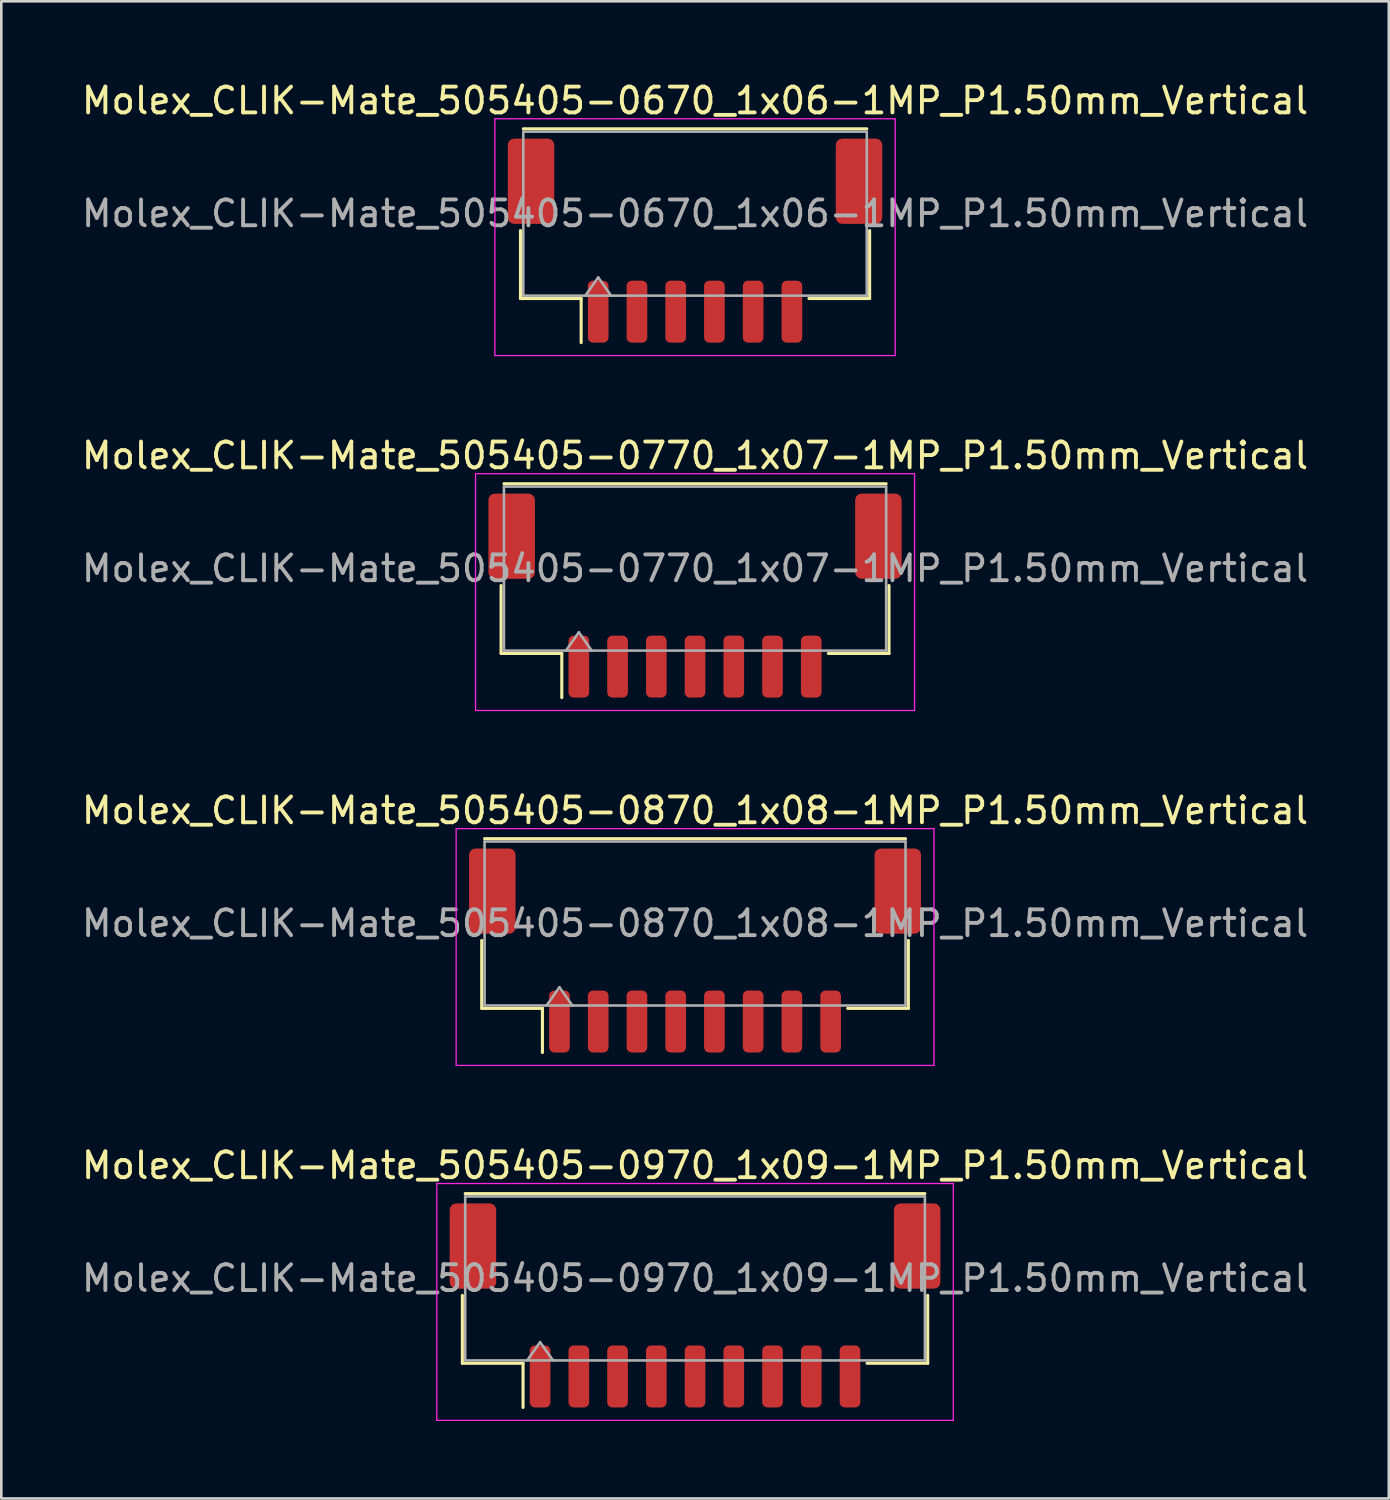
<source format=kicad_pcb>
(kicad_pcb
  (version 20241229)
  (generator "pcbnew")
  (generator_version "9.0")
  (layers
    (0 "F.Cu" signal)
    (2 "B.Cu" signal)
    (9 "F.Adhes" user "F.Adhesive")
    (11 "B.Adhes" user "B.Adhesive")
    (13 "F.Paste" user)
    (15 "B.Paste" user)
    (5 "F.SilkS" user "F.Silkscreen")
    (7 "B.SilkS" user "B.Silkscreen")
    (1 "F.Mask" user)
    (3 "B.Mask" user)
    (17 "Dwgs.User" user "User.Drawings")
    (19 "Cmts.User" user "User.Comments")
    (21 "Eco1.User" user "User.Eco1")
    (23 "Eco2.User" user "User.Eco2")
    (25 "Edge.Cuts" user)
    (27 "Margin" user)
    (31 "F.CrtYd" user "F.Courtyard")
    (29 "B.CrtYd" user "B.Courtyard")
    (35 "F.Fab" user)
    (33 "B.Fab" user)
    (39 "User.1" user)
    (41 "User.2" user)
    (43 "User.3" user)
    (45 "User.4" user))
  (footprint "Molex_CLIK-Mate_505405-0670_1x06-1MP_P1.50mm_Vertical"
    (layer "F.Cu")
    (at 23.863 6.268)
    (property "Reference" "Molex_CLIK-Mate_505405-0670_1x06-1MP_P1.50mm_Vertical" (at 0 -5.42 0) (layer "F.SilkS") (effects (font (size 1 1) (thickness 0.15))))
    (attr smd)
    (fp_line (start -6.76 -0.39) (end -6.76 2.24) (stroke (width 0.12) (type solid)) (layer "F.SilkS"))
    (fp_line (start -6.76 2.24) (end -4.41 2.24) (stroke (width 0.12) (type solid)) (layer "F.SilkS"))
    (fp_line (start -6.65 -4.33) (end 6.65 -4.33) (stroke (width 0.12) (type solid)) (layer "F.SilkS"))
    (fp_line (start -4.41 2.24) (end -4.41 3.95) (stroke (width 0.12) (type solid)) (layer "F.SilkS"))
    (fp_line (start 6.76 -0.39) (end 6.76 2.24) (stroke (width 0.12) (type solid)) (layer "F.SilkS"))
    (fp_line (start 6.76 2.24) (end 4.41 2.24) (stroke (width 0.12) (type solid)) (layer "F.SilkS"))
    (fp_line (start -7.75 -4.72) (end -7.75 4.45) (stroke (width 0.05) (type solid)) (layer "F.CrtYd"))
    (fp_line (start -7.75 4.45) (end 7.75 4.45) (stroke (width 0.05) (type solid)) (layer "F.CrtYd"))
    (fp_line (start 7.75 -4.72) (end -7.75 -4.72) (stroke (width 0.05) (type solid)) (layer "F.CrtYd"))
    (fp_line (start 7.75 4.45) (end 7.75 -4.72) (stroke (width 0.05) (type solid)) (layer "F.CrtYd"))
    (fp_line (start -6.65 -4.22) (end 6.65 -4.22) (stroke (width 0.1) (type solid)) (layer "F.Fab"))
    (fp_line (start -6.65 2.13) (end -6.65 -4.22) (stroke (width 0.1) (type solid)) (layer "F.Fab"))
    (fp_line (start -6.65 2.13) (end 6.65 2.13) (stroke (width 0.1) (type solid)) (layer "F.Fab"))
    (fp_line (start -4.25 2.13) (end -3.75 1.423) (stroke (width 0.1) (type solid)) (layer "F.Fab"))
    (fp_line (start -3.75 1.423) (end -3.25 2.13) (stroke (width 0.1) (type solid)) (layer "F.Fab"))
    (fp_line (start 6.65 2.13) (end 6.65 -4.22) (stroke (width 0.1) (type solid)) (layer "F.Fab"))
    (fp_text user "${REFERENCE}" (at 0 -1.05 0) (layer "F.Fab") (effects (font (size 1 1) (thickness 0.15))))
    (pad "1" smd roundrect (at -3.75 2.75) (size 0.8 2.4) (layers "F.Cu" "F.Mask" "F.Paste") (roundrect_rratio 0.25))
    (pad "2" smd roundrect (at -2.25 2.75) (size 0.8 2.4) (layers "F.Cu" "F.Mask" "F.Paste") (roundrect_rratio 0.25))
    (pad "3" smd roundrect (at -0.75 2.75) (size 0.8 2.4) (layers "F.Cu" "F.Mask" "F.Paste") (roundrect_rratio 0.25))
    (pad "4" smd roundrect (at 0.75 2.75) (size 0.8 2.4) (layers "F.Cu" "F.Mask" "F.Paste") (roundrect_rratio 0.25))
    (pad "5" smd roundrect (at 2.25 2.75) (size 0.8 2.4) (layers "F.Cu" "F.Mask" "F.Paste") (roundrect_rratio 0.25))
    (pad "6" smd roundrect (at 3.75 2.75) (size 0.8 2.4) (layers "F.Cu" "F.Mask" "F.Paste") (roundrect_rratio 0.25))
    (pad "MP" smd roundrect (at -6.35 -2.3) (size 1.8 3.3) (layers "F.Cu" "F.Mask" "F.Paste") (roundrect_rratio 0.139))
    (pad "MP" smd roundrect (at 6.35 -2.3) (size 1.8 3.3) (layers "F.Cu" "F.Mask" "F.Paste") (roundrect_rratio 0.139)))
  (footprint "Molex_CLIK-Mate_505405-0770_1x07-1MP_P1.50mm_Vertical"
    (layer "F.Cu")
    (at 23.863 20.012)
    (property "Reference" "Molex_CLIK-Mate_505405-0770_1x07-1MP_P1.50mm_Vertical" (at 0 -5.42 0) (layer "F.SilkS") (effects (font (size 1 1) (thickness 0.15))))
    (attr smd)
    (fp_line (start -7.51 -0.39) (end -7.51 2.24) (stroke (width 0.12) (type solid)) (layer "F.SilkS"))
    (fp_line (start -7.51 2.24) (end -5.16 2.24) (stroke (width 0.12) (type solid)) (layer "F.SilkS"))
    (fp_line (start -7.4 -4.33) (end 7.4 -4.33) (stroke (width 0.12) (type solid)) (layer "F.SilkS"))
    (fp_line (start -5.16 2.24) (end -5.16 3.95) (stroke (width 0.12) (type solid)) (layer "F.SilkS"))
    (fp_line (start 7.51 -0.39) (end 7.51 2.24) (stroke (width 0.12) (type solid)) (layer "F.SilkS"))
    (fp_line (start 7.51 2.24) (end 5.16 2.24) (stroke (width 0.12) (type solid)) (layer "F.SilkS"))
    (fp_line (start -8.5 -4.72) (end -8.5 4.45) (stroke (width 0.05) (type solid)) (layer "F.CrtYd"))
    (fp_line (start -8.5 4.45) (end 8.5 4.45) (stroke (width 0.05) (type solid)) (layer "F.CrtYd"))
    (fp_line (start 8.5 -4.72) (end -8.5 -4.72) (stroke (width 0.05) (type solid)) (layer "F.CrtYd"))
    (fp_line (start 8.5 4.45) (end 8.5 -4.72) (stroke (width 0.05) (type solid)) (layer "F.CrtYd"))
    (fp_line (start -7.4 -4.22) (end 7.4 -4.22) (stroke (width 0.1) (type solid)) (layer "F.Fab"))
    (fp_line (start -7.4 2.13) (end -7.4 -4.22) (stroke (width 0.1) (type solid)) (layer "F.Fab"))
    (fp_line (start -7.4 2.13) (end 7.4 2.13) (stroke (width 0.1) (type solid)) (layer "F.Fab"))
    (fp_line (start -5 2.13) (end -4.5 1.423) (stroke (width 0.1) (type solid)) (layer "F.Fab"))
    (fp_line (start -4.5 1.423) (end -4 2.13) (stroke (width 0.1) (type solid)) (layer "F.Fab"))
    (fp_line (start 7.4 2.13) (end 7.4 -4.22) (stroke (width 0.1) (type solid)) (layer "F.Fab"))
    (fp_text user "${REFERENCE}" (at 0 -1.05 0) (layer "F.Fab") (effects (font (size 1 1) (thickness 0.15))))
    (pad "1" smd roundrect (at -4.5 2.75) (size 0.8 2.4) (layers "F.Cu" "F.Mask" "F.Paste") (roundrect_rratio 0.25))
    (pad "2" smd roundrect (at -3 2.75) (size 0.8 2.4) (layers "F.Cu" "F.Mask" "F.Paste") (roundrect_rratio 0.25))
    (pad "3" smd roundrect (at -1.5 2.75) (size 0.8 2.4) (layers "F.Cu" "F.Mask" "F.Paste") (roundrect_rratio 0.25))
    (pad "4" smd roundrect (at 0 2.75) (size 0.8 2.4) (layers "F.Cu" "F.Mask" "F.Paste") (roundrect_rratio 0.25))
    (pad "5" smd roundrect (at 1.5 2.75) (size 0.8 2.4) (layers "F.Cu" "F.Mask" "F.Paste") (roundrect_rratio 0.25))
    (pad "6" smd roundrect (at 3 2.75) (size 0.8 2.4) (layers "F.Cu" "F.Mask" "F.Paste") (roundrect_rratio 0.25))
    (pad "7" smd roundrect (at 4.5 2.75) (size 0.8 2.4) (layers "F.Cu" "F.Mask" "F.Paste") (roundrect_rratio 0.25))
    (pad "MP" smd roundrect (at -7.1 -2.3) (size 1.8 3.3) (layers "F.Cu" "F.Mask" "F.Paste") (roundrect_rratio 0.139))
    (pad "MP" smd roundrect (at 7.1 -2.3) (size 1.8 3.3) (layers "F.Cu" "F.Mask" "F.Paste") (roundrect_rratio 0.139)))
  (footprint "Molex_CLIK-Mate_505405-0970_1x09-1MP_P1.50mm_Vertical"
    (layer "F.Cu")
    (at 23.863 47.498)
    (property "Reference" "Molex_CLIK-Mate_505405-0970_1x09-1MP_P1.50mm_Vertical" (at 0 -5.42 0) (layer "F.SilkS") (effects (font (size 1 1) (thickness 0.15))))
    (attr smd)
    (fp_line (start -9.01 -0.39) (end -9.01 2.24) (stroke (width 0.12) (type solid)) (layer "F.SilkS"))
    (fp_line (start -9.01 2.24) (end -6.66 2.24) (stroke (width 0.12) (type solid)) (layer "F.SilkS"))
    (fp_line (start -8.9 -4.33) (end 8.9 -4.33) (stroke (width 0.12) (type solid)) (layer "F.SilkS"))
    (fp_line (start -6.66 2.24) (end -6.66 3.95) (stroke (width 0.12) (type solid)) (layer "F.SilkS"))
    (fp_line (start 9.01 -0.39) (end 9.01 2.24) (stroke (width 0.12) (type solid)) (layer "F.SilkS"))
    (fp_line (start 9.01 2.24) (end 6.66 2.24) (stroke (width 0.12) (type solid)) (layer "F.SilkS"))
    (fp_line (start -10 -4.72) (end -10 4.45) (stroke (width 0.05) (type solid)) (layer "F.CrtYd"))
    (fp_line (start -10 4.45) (end 10 4.45) (stroke (width 0.05) (type solid)) (layer "F.CrtYd"))
    (fp_line (start 10 -4.72) (end -10 -4.72) (stroke (width 0.05) (type solid)) (layer "F.CrtYd"))
    (fp_line (start 10 4.45) (end 10 -4.72) (stroke (width 0.05) (type solid)) (layer "F.CrtYd"))
    (fp_line (start -8.9 -4.22) (end 8.9 -4.22) (stroke (width 0.1) (type solid)) (layer "F.Fab"))
    (fp_line (start -8.9 2.13) (end -8.9 -4.22) (stroke (width 0.1) (type solid)) (layer "F.Fab"))
    (fp_line (start -8.9 2.13) (end 8.9 2.13) (stroke (width 0.1) (type solid)) (layer "F.Fab"))
    (fp_line (start -6.5 2.13) (end -6 1.423) (stroke (width 0.1) (type solid)) (layer "F.Fab"))
    (fp_line (start -6 1.423) (end -5.5 2.13) (stroke (width 0.1) (type solid)) (layer "F.Fab"))
    (fp_line (start 8.9 2.13) (end 8.9 -4.22) (stroke (width 0.1) (type solid)) (layer "F.Fab"))
    (fp_text user "${REFERENCE}" (at 0 -1.05 0) (layer "F.Fab") (effects (font (size 1 1) (thickness 0.15))))
    (pad "1" smd roundrect (at -6 2.75) (size 0.8 2.4) (layers "F.Cu" "F.Mask" "F.Paste") (roundrect_rratio 0.25))
    (pad "2" smd roundrect (at -4.5 2.75) (size 0.8 2.4) (layers "F.Cu" "F.Mask" "F.Paste") (roundrect_rratio 0.25))
    (pad "3" smd roundrect (at -3 2.75) (size 0.8 2.4) (layers "F.Cu" "F.Mask" "F.Paste") (roundrect_rratio 0.25))
    (pad "4" smd roundrect (at -1.5 2.75) (size 0.8 2.4) (layers "F.Cu" "F.Mask" "F.Paste") (roundrect_rratio 0.25))
    (pad "5" smd roundrect (at 0 2.75) (size 0.8 2.4) (layers "F.Cu" "F.Mask" "F.Paste") (roundrect_rratio 0.25))
    (pad "6" smd roundrect (at 1.5 2.75) (size 0.8 2.4) (layers "F.Cu" "F.Mask" "F.Paste") (roundrect_rratio 0.25))
    (pad "7" smd roundrect (at 3 2.75) (size 0.8 2.4) (layers "F.Cu" "F.Mask" "F.Paste") (roundrect_rratio 0.25))
    (pad "8" smd roundrect (at 4.5 2.75) (size 0.8 2.4) (layers "F.Cu" "F.Mask" "F.Paste") (roundrect_rratio 0.25))
    (pad "9" smd roundrect (at 6 2.75) (size 0.8 2.4) (layers "F.Cu" "F.Mask" "F.Paste") (roundrect_rratio 0.25))
    (pad "MP" smd roundrect (at -8.6 -2.3) (size 1.8 3.3) (layers "F.Cu" "F.Mask" "F.Paste") (roundrect_rratio 0.139))
    (pad "MP" smd roundrect (at 8.6 -2.3) (size 1.8 3.3) (layers "F.Cu" "F.Mask" "F.Paste") (roundrect_rratio 0.139)))
  (footprint "Molex_CLIK-Mate_505405-0870_1x08-1MP_P1.50mm_Vertical"
    (layer "F.Cu")
    (at 23.863 33.755)
    (property "Reference" "Molex_CLIK-Mate_505405-0870_1x08-1MP_P1.50mm_Vertical" (at 0 -5.42 0) (layer "F.SilkS") (effects (font (size 1 1) (thickness 0.15))))
    (attr smd)
    (fp_line (start -8.26 -0.39) (end -8.26 2.24) (stroke (width 0.12) (type solid)) (layer "F.SilkS"))
    (fp_line (start -8.26 2.24) (end -5.91 2.24) (stroke (width 0.12) (type solid)) (layer "F.SilkS"))
    (fp_line (start -8.15 -4.33) (end 8.15 -4.33) (stroke (width 0.12) (type solid)) (layer "F.SilkS"))
    (fp_line (start -5.91 2.24) (end -5.91 3.95) (stroke (width 0.12) (type solid)) (layer "F.SilkS"))
    (fp_line (start 8.26 -0.39) (end 8.26 2.24) (stroke (width 0.12) (type solid)) (layer "F.SilkS"))
    (fp_line (start 8.26 2.24) (end 5.91 2.24) (stroke (width 0.12) (type solid)) (layer "F.SilkS"))
    (fp_line (start -9.25 -4.72) (end -9.25 4.45) (stroke (width 0.05) (type solid)) (layer "F.CrtYd"))
    (fp_line (start -9.25 4.45) (end 9.25 4.45) (stroke (width 0.05) (type solid)) (layer "F.CrtYd"))
    (fp_line (start 9.25 -4.72) (end -9.25 -4.72) (stroke (width 0.05) (type solid)) (layer "F.CrtYd"))
    (fp_line (start 9.25 4.45) (end 9.25 -4.72) (stroke (width 0.05) (type solid)) (layer "F.CrtYd"))
    (fp_line (start -8.15 -4.22) (end 8.15 -4.22) (stroke (width 0.1) (type solid)) (layer "F.Fab"))
    (fp_line (start -8.15 2.13) (end -8.15 -4.22) (stroke (width 0.1) (type solid)) (layer "F.Fab"))
    (fp_line (start -8.15 2.13) (end 8.15 2.13) (stroke (width 0.1) (type solid)) (layer "F.Fab"))
    (fp_line (start -5.75 2.13) (end -5.25 1.423) (stroke (width 0.1) (type solid)) (layer "F.Fab"))
    (fp_line (start -5.25 1.423) (end -4.75 2.13) (stroke (width 0.1) (type solid)) (layer "F.Fab"))
    (fp_line (start 8.15 2.13) (end 8.15 -4.22) (stroke (width 0.1) (type solid)) (layer "F.Fab"))
    (fp_text user "${REFERENCE}" (at 0 -1.05 0) (layer "F.Fab") (effects (font (size 1 1) (thickness 0.15))))
    (pad "1" smd roundrect (at -5.25 2.75) (size 0.8 2.4) (layers "F.Cu" "F.Mask" "F.Paste") (roundrect_rratio 0.25))
    (pad "2" smd roundrect (at -3.75 2.75) (size 0.8 2.4) (layers "F.Cu" "F.Mask" "F.Paste") (roundrect_rratio 0.25))
    (pad "3" smd roundrect (at -2.25 2.75) (size 0.8 2.4) (layers "F.Cu" "F.Mask" "F.Paste") (roundrect_rratio 0.25))
    (pad "4" smd roundrect (at -0.75 2.75) (size 0.8 2.4) (layers "F.Cu" "F.Mask" "F.Paste") (roundrect_rratio 0.25))
    (pad "5" smd roundrect (at 0.75 2.75) (size 0.8 2.4) (layers "F.Cu" "F.Mask" "F.Paste") (roundrect_rratio 0.25))
    (pad "6" smd roundrect (at 2.25 2.75) (size 0.8 2.4) (layers "F.Cu" "F.Mask" "F.Paste") (roundrect_rratio 0.25))
    (pad "7" smd roundrect (at 3.75 2.75) (size 0.8 2.4) (layers "F.Cu" "F.Mask" "F.Paste") (roundrect_rratio 0.25))
    (pad "8" smd roundrect (at 5.25 2.75) (size 0.8 2.4) (layers "F.Cu" "F.Mask" "F.Paste") (roundrect_rratio 0.25))
    (pad "MP" smd roundrect (at -7.85 -2.3) (size 1.8 3.3) (layers "F.Cu" "F.Mask" "F.Paste") (roundrect_rratio 0.139))
    (pad "MP" smd roundrect (at 7.85 -2.3) (size 1.8 3.3) (layers "F.Cu" "F.Mask" "F.Paste") (roundrect_rratio 0.139)))
  (gr_rect
    (start -3 -3)
    (end 50.726 54.973)
    (stroke (width 0.1) (type default))
    (fill no)
    (layer "Edge.Cuts")))
</source>
